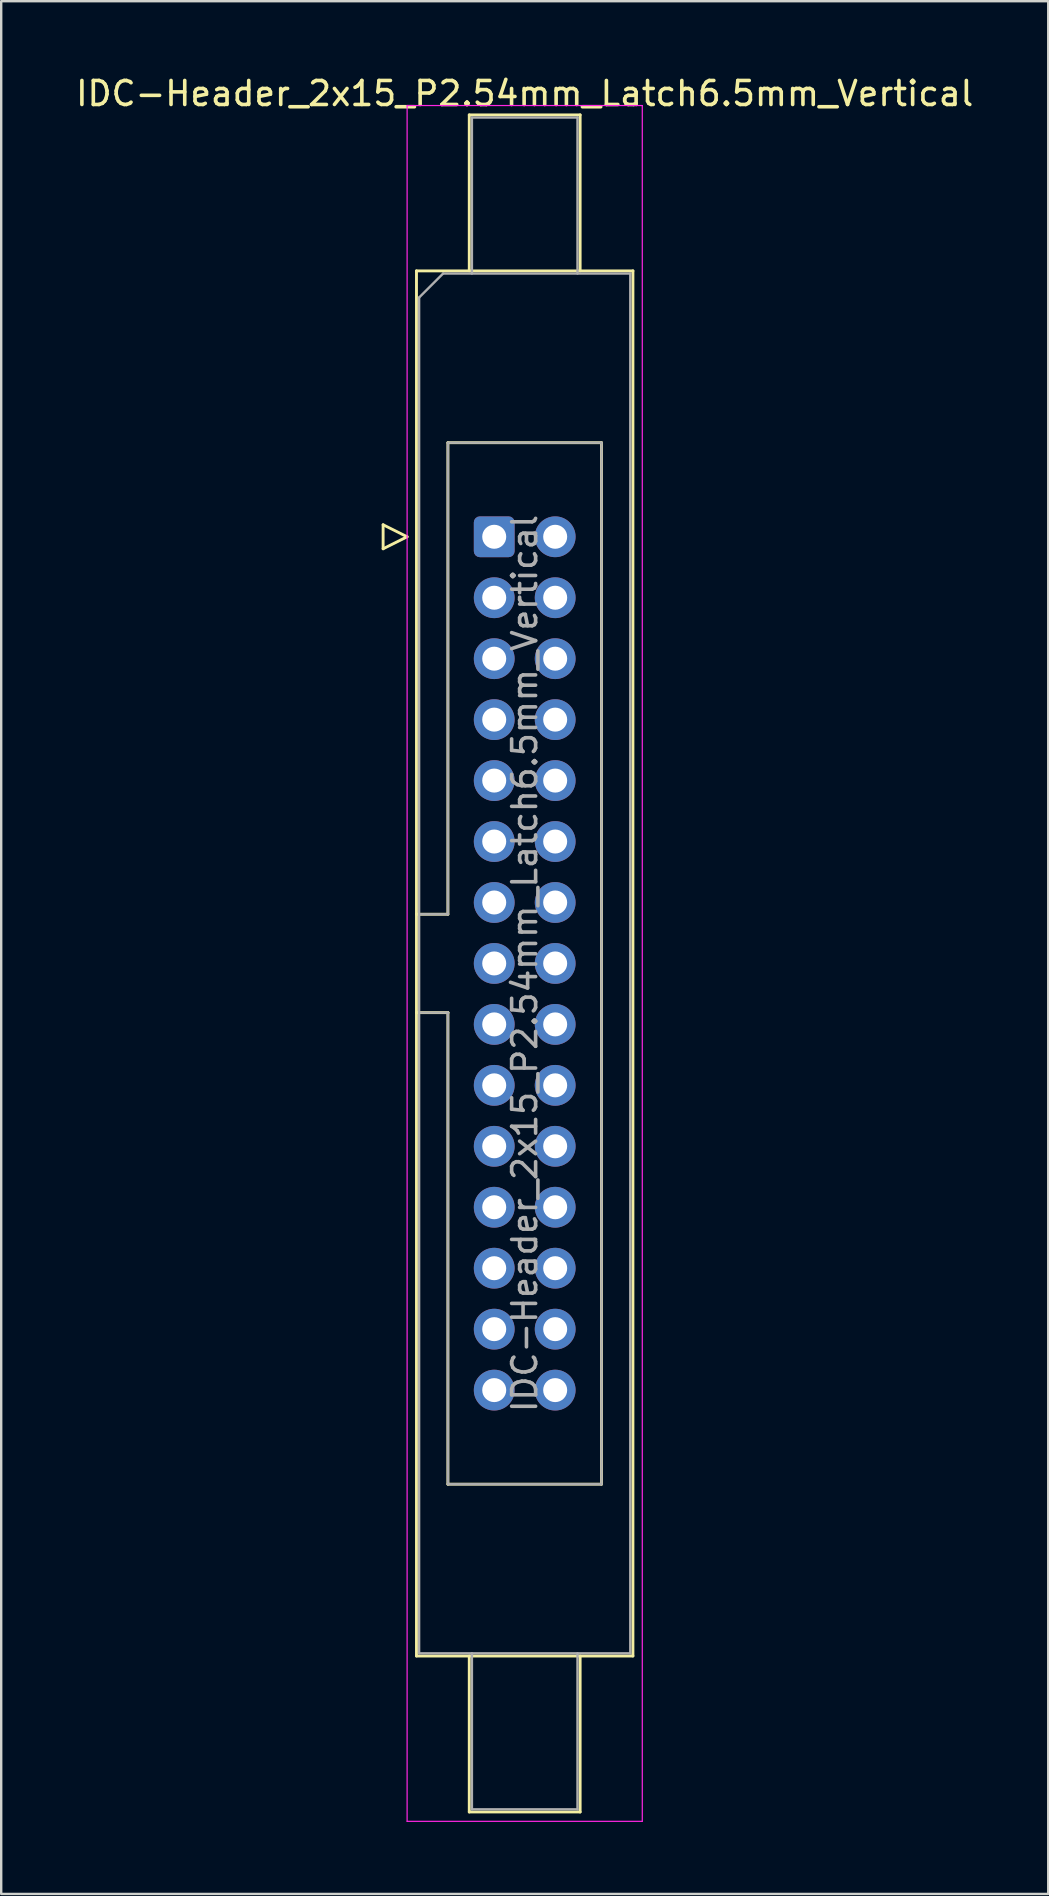
<source format=kicad_pcb>
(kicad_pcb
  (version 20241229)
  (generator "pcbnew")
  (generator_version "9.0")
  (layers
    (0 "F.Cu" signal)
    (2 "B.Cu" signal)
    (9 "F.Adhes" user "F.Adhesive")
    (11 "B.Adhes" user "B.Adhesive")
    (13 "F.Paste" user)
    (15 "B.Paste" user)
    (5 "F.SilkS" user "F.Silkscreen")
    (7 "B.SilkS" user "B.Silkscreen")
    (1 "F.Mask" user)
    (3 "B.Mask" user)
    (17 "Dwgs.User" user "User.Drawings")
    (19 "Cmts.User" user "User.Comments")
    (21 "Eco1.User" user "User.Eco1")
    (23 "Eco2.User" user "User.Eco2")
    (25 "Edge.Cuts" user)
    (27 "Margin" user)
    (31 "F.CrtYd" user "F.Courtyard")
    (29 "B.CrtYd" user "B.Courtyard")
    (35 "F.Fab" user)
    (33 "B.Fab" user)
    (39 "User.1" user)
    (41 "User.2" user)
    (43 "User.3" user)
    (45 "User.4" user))
  (footprint "IDC-Header_2x15_P2.54mm_Latch6.5mm_Vertical"
    (layer "F.Cu")
    (at 17.545 19.318)
    (property "Reference" "IDC-Header_2x15_P2.54mm_Latch6.5mm_Vertical" (at 1.27 -18.47 0) (layer "F.SilkS") (effects (font (size 1 1) (thickness 0.15))))
    (attr through_hole)
    (fp_line (start -4.63 -0.5) (end -4.63 0.5) (stroke (width 0.12) (type solid)) (layer "F.SilkS"))
    (fp_line (start -4.63 0.5) (end -3.63 0) (stroke (width 0.12) (type solid)) (layer "F.SilkS"))
    (fp_line (start -3.63 0) (end -4.63 -0.5) (stroke (width 0.12) (type solid)) (layer "F.SilkS"))
    (fp_line (start -3.24 -11.08) (end 5.78 -11.08) (stroke (width 0.12) (type solid)) (layer "F.SilkS"))
    (fp_line (start -3.24 15.73) (end -1.93 15.73) (stroke (width 0.12) (type solid)) (layer "F.SilkS"))
    (fp_line (start -3.24 46.64) (end -3.24 -11.08) (stroke (width 0.12) (type solid)) (layer "F.SilkS"))
    (fp_line (start -1.93 -3.92) (end 4.47 -3.92) (stroke (width 0.12) (type solid)) (layer "F.SilkS"))
    (fp_line (start -1.93 15.73) (end -1.93 -3.92) (stroke (width 0.12) (type solid)) (layer "F.SilkS"))
    (fp_line (start -1.93 19.83) (end -3.24 19.83) (stroke (width 0.12) (type solid)) (layer "F.SilkS"))
    (fp_line (start -1.93 19.83) (end -1.93 19.83) (stroke (width 0.12) (type solid)) (layer "F.SilkS"))
    (fp_line (start -1.93 39.48) (end -1.93 19.83) (stroke (width 0.12) (type solid)) (layer "F.SilkS"))
    (fp_line (start -1.04 -17.58) (end 3.58 -17.58) (stroke (width 0.12) (type solid)) (layer "F.SilkS"))
    (fp_line (start -1.04 -11.08) (end -1.04 -17.58) (stroke (width 0.12) (type solid)) (layer "F.SilkS"))
    (fp_line (start -1.04 46.64) (end -1.04 53.14) (stroke (width 0.12) (type solid)) (layer "F.SilkS"))
    (fp_line (start -1.04 53.14) (end 3.58 53.14) (stroke (width 0.12) (type solid)) (layer "F.SilkS"))
    (fp_line (start 3.58 -17.58) (end 3.58 -11.08) (stroke (width 0.12) (type solid)) (layer "F.SilkS"))
    (fp_line (start 3.58 53.14) (end 3.58 46.64) (stroke (width 0.12) (type solid)) (layer "F.SilkS"))
    (fp_line (start 4.47 -3.92) (end 4.47 39.48) (stroke (width 0.12) (type solid)) (layer "F.SilkS"))
    (fp_line (start 4.47 39.48) (end -1.93 39.48) (stroke (width 0.12) (type solid)) (layer "F.SilkS"))
    (fp_line (start 5.78 -11.08) (end 5.78 46.64) (stroke (width 0.12) (type solid)) (layer "F.SilkS"))
    (fp_line (start 5.78 46.64) (end -3.24 46.64) (stroke (width 0.12) (type solid)) (layer "F.SilkS"))
    (fp_line (start -3.63 -17.97) (end -3.63 53.53) (stroke (width 0.05) (type solid)) (layer "F.CrtYd"))
    (fp_line (start -3.63 53.53) (end 6.17 53.53) (stroke (width 0.05) (type solid)) (layer "F.CrtYd"))
    (fp_line (start 6.17 -17.97) (end -3.63 -17.97) (stroke (width 0.05) (type solid)) (layer "F.CrtYd"))
    (fp_line (start 6.17 53.53) (end 6.17 -17.97) (stroke (width 0.05) (type solid)) (layer "F.CrtYd"))
    (fp_line (start -3.13 -9.97) (end -2.13 -10.97) (stroke (width 0.1) (type solid)) (layer "F.Fab"))
    (fp_line (start -3.13 15.73) (end -1.93 15.73) (stroke (width 0.1) (type solid)) (layer "F.Fab"))
    (fp_line (start -3.13 46.53) (end -3.13 -9.97) (stroke (width 0.1) (type solid)) (layer "F.Fab"))
    (fp_line (start -2.13 -10.97) (end 5.67 -10.97) (stroke (width 0.1) (type solid)) (layer "F.Fab"))
    (fp_line (start -1.93 -3.92) (end 4.47 -3.92) (stroke (width 0.1) (type solid)) (layer "F.Fab"))
    (fp_line (start -1.93 15.73) (end -1.93 -3.92) (stroke (width 0.1) (type solid)) (layer "F.Fab"))
    (fp_line (start -1.93 19.83) (end -3.13 19.83) (stroke (width 0.1) (type solid)) (layer "F.Fab"))
    (fp_line (start -1.93 19.83) (end -1.93 19.83) (stroke (width 0.1) (type solid)) (layer "F.Fab"))
    (fp_line (start -1.93 39.48) (end -1.93 19.83) (stroke (width 0.1) (type solid)) (layer "F.Fab"))
    (fp_line (start -0.93 -17.47) (end 3.47 -17.47) (stroke (width 0.1) (type solid)) (layer "F.Fab"))
    (fp_line (start -0.93 -10.97) (end -0.93 -17.47) (stroke (width 0.1) (type solid)) (layer "F.Fab"))
    (fp_line (start -0.93 46.53) (end -0.93 53.03) (stroke (width 0.1) (type solid)) (layer "F.Fab"))
    (fp_line (start -0.93 53.03) (end 3.47 53.03) (stroke (width 0.1) (type solid)) (layer "F.Fab"))
    (fp_line (start 3.47 -17.47) (end 3.47 -10.97) (stroke (width 0.1) (type solid)) (layer "F.Fab"))
    (fp_line (start 3.47 53.03) (end 3.47 46.53) (stroke (width 0.1) (type solid)) (layer "F.Fab"))
    (fp_line (start 4.47 -3.92) (end 4.47 39.48) (stroke (width 0.1) (type solid)) (layer "F.Fab"))
    (fp_line (start 4.47 39.48) (end -1.93 39.48) (stroke (width 0.1) (type solid)) (layer "F.Fab"))
    (fp_line (start 5.67 -10.97) (end 5.67 46.53) (stroke (width 0.1) (type solid)) (layer "F.Fab"))
    (fp_line (start 5.67 46.53) (end -3.13 46.53) (stroke (width 0.1) (type solid)) (layer "F.Fab"))
    (fp_text user "${REFERENCE}" (at 1.27 17.78 90) (layer "F.Fab") (effects (font (size 1 1) (thickness 0.15))))
    (pad "1" thru_hole roundrect (at 0 0) (size 1.7 1.7) (drill 1) (layers "*.Cu" "*.Mask") (roundrect_rratio 0.147))
    (pad "2" thru_hole circle (at 2.54 0) (size 1.7 1.7) (drill 1) (layers "*.Cu" "*.Mask"))
    (pad "3" thru_hole circle (at 0 2.54) (size 1.7 1.7) (drill 1) (layers "*.Cu" "*.Mask"))
    (pad "4" thru_hole circle (at 2.54 2.54) (size 1.7 1.7) (drill 1) (layers "*.Cu" "*.Mask"))
    (pad "5" thru_hole circle (at 0 5.08) (size 1.7 1.7) (drill 1) (layers "*.Cu" "*.Mask"))
    (pad "6" thru_hole circle (at 2.54 5.08) (size 1.7 1.7) (drill 1) (layers "*.Cu" "*.Mask"))
    (pad "7" thru_hole circle (at 0 7.62) (size 1.7 1.7) (drill 1) (layers "*.Cu" "*.Mask"))
    (pad "8" thru_hole circle (at 2.54 7.62) (size 1.7 1.7) (drill 1) (layers "*.Cu" "*.Mask"))
    (pad "9" thru_hole circle (at 0 10.16) (size 1.7 1.7) (drill 1) (layers "*.Cu" "*.Mask"))
    (pad "10" thru_hole circle (at 2.54 10.16) (size 1.7 1.7) (drill 1) (layers "*.Cu" "*.Mask"))
    (pad "11" thru_hole circle (at 0 12.7) (size 1.7 1.7) (drill 1) (layers "*.Cu" "*.Mask"))
    (pad "12" thru_hole circle (at 2.54 12.7) (size 1.7 1.7) (drill 1) (layers "*.Cu" "*.Mask"))
    (pad "13" thru_hole circle (at 0 15.24) (size 1.7 1.7) (drill 1) (layers "*.Cu" "*.Mask"))
    (pad "14" thru_hole circle (at 2.54 15.24) (size 1.7 1.7) (drill 1) (layers "*.Cu" "*.Mask"))
    (pad "15" thru_hole circle (at 0 17.78) (size 1.7 1.7) (drill 1) (layers "*.Cu" "*.Mask"))
    (pad "16" thru_hole circle (at 2.54 17.78) (size 1.7 1.7) (drill 1) (layers "*.Cu" "*.Mask"))
    (pad "17" thru_hole circle (at 0 20.32) (size 1.7 1.7) (drill 1) (layers "*.Cu" "*.Mask"))
    (pad "18" thru_hole circle (at 2.54 20.32) (size 1.7 1.7) (drill 1) (layers "*.Cu" "*.Mask"))
    (pad "19" thru_hole circle (at 0 22.86) (size 1.7 1.7) (drill 1) (layers "*.Cu" "*.Mask"))
    (pad "20" thru_hole circle (at 2.54 22.86) (size 1.7 1.7) (drill 1) (layers "*.Cu" "*.Mask"))
    (pad "21" thru_hole circle (at 0 25.4) (size 1.7 1.7) (drill 1) (layers "*.Cu" "*.Mask"))
    (pad "22" thru_hole circle (at 2.54 25.4) (size 1.7 1.7) (drill 1) (layers "*.Cu" "*.Mask"))
    (pad "23" thru_hole circle (at 0 27.94) (size 1.7 1.7) (drill 1) (layers "*.Cu" "*.Mask"))
    (pad "24" thru_hole circle (at 2.54 27.94) (size 1.7 1.7) (drill 1) (layers "*.Cu" "*.Mask"))
    (pad "25" thru_hole circle (at 0 30.48) (size 1.7 1.7) (drill 1) (layers "*.Cu" "*.Mask"))
    (pad "26" thru_hole circle (at 2.54 30.48) (size 1.7 1.7) (drill 1) (layers "*.Cu" "*.Mask"))
    (pad "27" thru_hole circle (at 0 33.02) (size 1.7 1.7) (drill 1) (layers "*.Cu" "*.Mask"))
    (pad "28" thru_hole circle (at 2.54 33.02) (size 1.7 1.7) (drill 1) (layers "*.Cu" "*.Mask"))
    (pad "29" thru_hole circle (at 0 35.56) (size 1.7 1.7) (drill 1) (layers "*.Cu" "*.Mask"))
    (pad "30" thru_hole circle (at 2.54 35.56) (size 1.7 1.7) (drill 1) (layers "*.Cu" "*.Mask")))
  (gr_rect
    (start -3 -3)
    (end 40.631 75.873)
    (stroke (width 0.1) (type default))
    (fill no)
    (layer "Edge.Cuts")))
</source>
